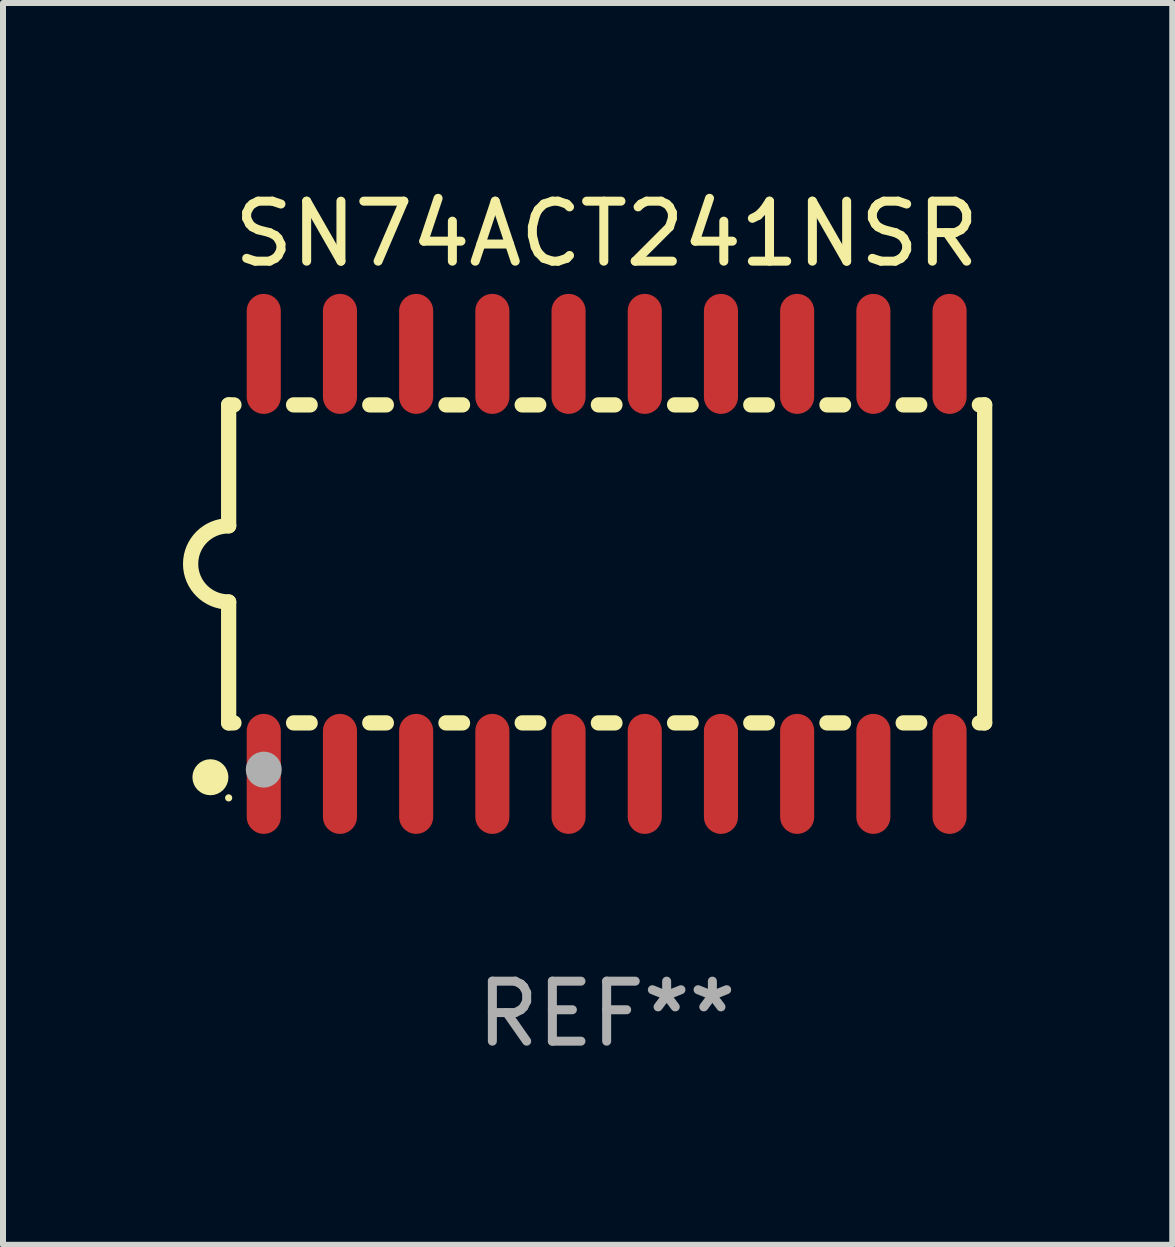
<source format=kicad_pcb>
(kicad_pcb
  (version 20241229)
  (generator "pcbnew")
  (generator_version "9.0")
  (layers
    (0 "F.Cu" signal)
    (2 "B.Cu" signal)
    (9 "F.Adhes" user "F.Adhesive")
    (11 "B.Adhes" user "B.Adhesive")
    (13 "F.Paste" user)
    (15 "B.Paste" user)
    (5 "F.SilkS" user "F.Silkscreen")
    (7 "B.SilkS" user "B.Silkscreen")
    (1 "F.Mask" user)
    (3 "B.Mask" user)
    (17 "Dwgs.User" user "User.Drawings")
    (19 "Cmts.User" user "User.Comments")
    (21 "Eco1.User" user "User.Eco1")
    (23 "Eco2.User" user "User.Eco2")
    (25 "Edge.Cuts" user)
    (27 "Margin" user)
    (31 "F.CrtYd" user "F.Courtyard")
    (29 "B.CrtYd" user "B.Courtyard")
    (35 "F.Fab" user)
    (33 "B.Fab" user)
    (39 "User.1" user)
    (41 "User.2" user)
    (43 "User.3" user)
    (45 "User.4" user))
  (footprint "SN74ACT241NSR"
    (layer "F.Cu")
    (at 7.061 6.348)
    (property "Reference" "SN74ACT241NSR" (at 0 -5.5 0) (layer "F.SilkS") (effects (font (size 1 1) (thickness 0.15))))
    (attr through_hole)
    (fp_line (start -6.3 -2.65) (end -6.3 -0.635) (stroke (width 0.254) (type solid)) (layer "F.SilkS"))
    (fp_line (start -6.3 -2.65) (end -6.212 -2.65) (stroke (width 0.254) (type solid)) (layer "F.SilkS"))
    (fp_line (start -6.3 2.65) (end -6.3 0.635) (stroke (width 0.254) (type solid)) (layer "F.SilkS"))
    (fp_line (start -6.3 2.65) (end -6.212 2.65) (stroke (width 0.254) (type solid)) (layer "F.SilkS"))
    (fp_line (start -5.218 -2.65) (end -4.942 -2.65) (stroke (width 0.254) (type solid)) (layer "F.SilkS"))
    (fp_line (start -5.218 2.65) (end -4.942 2.65) (stroke (width 0.254) (type solid)) (layer "F.SilkS"))
    (fp_line (start -3.948 -2.65) (end -3.672 -2.65) (stroke (width 0.254) (type solid)) (layer "F.SilkS"))
    (fp_line (start -3.948 2.65) (end -3.672 2.65) (stroke (width 0.254) (type solid)) (layer "F.SilkS"))
    (fp_line (start -2.678 -2.65) (end -2.402 -2.65) (stroke (width 0.254) (type solid)) (layer "F.SilkS"))
    (fp_line (start -2.678 2.65) (end -2.402 2.65) (stroke (width 0.254) (type solid)) (layer "F.SilkS"))
    (fp_line (start -1.408 -2.65) (end -1.132 -2.65) (stroke (width 0.254) (type solid)) (layer "F.SilkS"))
    (fp_line (start -1.408 2.65) (end -1.132 2.65) (stroke (width 0.254) (type solid)) (layer "F.SilkS"))
    (fp_line (start -0.138 -2.65) (end 0.138 -2.65) (stroke (width 0.254) (type solid)) (layer "F.SilkS"))
    (fp_line (start -0.138 2.65) (end 0.138 2.65) (stroke (width 0.254) (type solid)) (layer "F.SilkS"))
    (fp_line (start 1.132 -2.65) (end 1.408 -2.65) (stroke (width 0.254) (type solid)) (layer "F.SilkS"))
    (fp_line (start 1.132 2.65) (end 1.408 2.65) (stroke (width 0.254) (type solid)) (layer "F.SilkS"))
    (fp_line (start 2.402 -2.65) (end 2.678 -2.65) (stroke (width 0.254) (type solid)) (layer "F.SilkS"))
    (fp_line (start 2.402 2.65) (end 2.678 2.65) (stroke (width 0.254) (type solid)) (layer "F.SilkS"))
    (fp_line (start 3.672 -2.65) (end 3.948 -2.65) (stroke (width 0.254) (type solid)) (layer "F.SilkS"))
    (fp_line (start 3.672 2.65) (end 3.948 2.65) (stroke (width 0.254) (type solid)) (layer "F.SilkS"))
    (fp_line (start 4.942 -2.65) (end 5.218 -2.65) (stroke (width 0.254) (type solid)) (layer "F.SilkS"))
    (fp_line (start 4.942 2.65) (end 5.218 2.65) (stroke (width 0.254) (type solid)) (layer "F.SilkS"))
    (fp_line (start 6.212 -2.65) (end 6.3 -2.65) (stroke (width 0.254) (type solid)) (layer "F.SilkS"))
    (fp_line (start 6.212 2.65) (end 6.3 2.65) (stroke (width 0.254) (type solid)) (layer "F.SilkS"))
    (fp_line (start 6.3 -2.65) (end 6.3 2.65) (stroke (width 0.254) (type solid)) (layer "F.SilkS"))
    (fp_arc (start -6.299975 0.634874) (mid -6.933579 0.000127) (end -6.299213 -0.633858) (stroke (width 0.254001) (type solid)) (layer "F.SilkS"))
    (fp_circle (center -6.604 3.556) (end -6.454 3.556) (stroke (width 0.3) (type solid)) (fill no) (layer "F.SilkS"))
    (fp_circle (center -6.3 3.9) (end -6.27 3.9) (stroke (width 0.06) (type solid)) (fill no) (layer "F.SilkS"))
    (fp_circle (center -5.715 3.429) (end -5.565 3.429) (stroke (width 0.3) (type solid)) (fill no) (layer "F.Fab"))
    (fp_text user "REF**" (at 0 7.5 0) (layer "F.Fab") (effects (font (size 1 1) (thickness 0.15))))
    (pad "1" smd oval (at -5.715 3.5) (size 0.568 2) (layers "F.Cu" "F.Mask" "F.Paste"))
    (pad "2" smd oval (at -4.445 3.5) (size 0.568 2) (layers "F.Cu" "F.Mask" "F.Paste"))
    (pad "3" smd oval (at -3.175 3.5) (size 0.568 2) (layers "F.Cu" "F.Mask" "F.Paste"))
    (pad "4" smd oval (at -1.905 3.5) (size 0.568 2) (layers "F.Cu" "F.Mask" "F.Paste"))
    (pad "5" smd oval (at -0.635 3.5) (size 0.568 2) (layers "F.Cu" "F.Mask" "F.Paste"))
    (pad "6" smd oval (at 0.635 3.5) (size 0.568 2) (layers "F.Cu" "F.Mask" "F.Paste"))
    (pad "7" smd oval (at 1.905 3.5) (size 0.568 2) (layers "F.Cu" "F.Mask" "F.Paste"))
    (pad "8" smd oval (at 3.175 3.5) (size 0.568 2) (layers "F.Cu" "F.Mask" "F.Paste"))
    (pad "9" smd oval (at 4.445 3.5) (size 0.568 2) (layers "F.Cu" "F.Mask" "F.Paste"))
    (pad "10" smd oval (at 5.715 3.5) (size 0.568 2) (layers "F.Cu" "F.Mask" "F.Paste"))
    (pad "11" smd oval (at 5.715 -3.5) (size 0.568 2) (layers "F.Cu" "F.Mask" "F.Paste"))
    (pad "12" smd oval (at 4.445 -3.5) (size 0.568 2) (layers "F.Cu" "F.Mask" "F.Paste"))
    (pad "13" smd oval (at 3.175 -3.5) (size 0.568 2) (layers "F.Cu" "F.Mask" "F.Paste"))
    (pad "14" smd oval (at 1.905 -3.5) (size 0.568 2) (layers "F.Cu" "F.Mask" "F.Paste"))
    (pad "15" smd oval (at 0.635 -3.5) (size 0.568 2) (layers "F.Cu" "F.Mask" "F.Paste"))
    (pad "16" smd oval (at -0.635 -3.5) (size 0.568 2) (layers "F.Cu" "F.Mask" "F.Paste"))
    (pad "17" smd oval (at -1.905 -3.5) (size 0.568 2) (layers "F.Cu" "F.Mask" "F.Paste"))
    (pad "18" smd oval (at -3.175 -3.5) (size 0.568 2) (layers "F.Cu" "F.Mask" "F.Paste"))
    (pad "19" smd oval (at -4.445 -3.5) (size 0.568 2) (layers "F.Cu" "F.Mask" "F.Paste"))
    (pad "20" smd oval (at -5.715 -3.5) (size 0.568 2) (layers "F.Cu" "F.Mask" "F.Paste")))
  (gr_rect
    (start -3 -3)
    (end 16.488 17.697)
    (stroke (width 0.1) (type default))
    (fill no)
    (layer "Edge.Cuts")))
</source>
